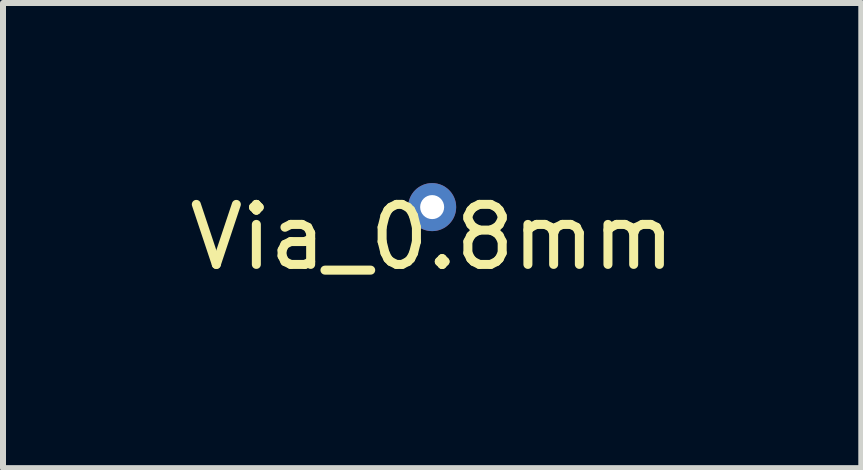
<source format=kicad_pcb>
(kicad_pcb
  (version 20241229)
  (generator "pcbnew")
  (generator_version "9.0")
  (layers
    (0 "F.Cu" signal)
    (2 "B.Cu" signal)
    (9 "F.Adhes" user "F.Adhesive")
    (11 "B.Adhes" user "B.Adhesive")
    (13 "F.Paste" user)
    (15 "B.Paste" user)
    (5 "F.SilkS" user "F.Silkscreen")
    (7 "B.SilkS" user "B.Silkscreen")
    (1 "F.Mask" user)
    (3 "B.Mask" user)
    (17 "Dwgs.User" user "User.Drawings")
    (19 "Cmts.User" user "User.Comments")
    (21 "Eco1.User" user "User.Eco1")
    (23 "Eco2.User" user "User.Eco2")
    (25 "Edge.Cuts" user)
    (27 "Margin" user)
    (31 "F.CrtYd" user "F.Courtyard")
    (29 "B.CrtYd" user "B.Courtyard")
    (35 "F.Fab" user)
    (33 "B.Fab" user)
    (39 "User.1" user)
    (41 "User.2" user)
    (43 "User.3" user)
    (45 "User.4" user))
  (footprint "Via_0.8mm"
    (layer "F.Cu")
    (at 4.149 0.4)
    (property "Reference" "Via_0.8mm" (at 0 0.5 0) (layer "F.SilkS") (effects (font (size 1 1) (thickness 0.15))))
    (attr through_hole)
    (pad "1" thru_hole circle (at 0 0) (size 0.8 0.8) (drill 0.4) (layers "*.Cu")))
  (gr_rect
    (start -3 -3)
    (end 11.298 4.748)
    (stroke (width 0.1) (type default))
    (fill no)
    (layer "Edge.Cuts")))
</source>
